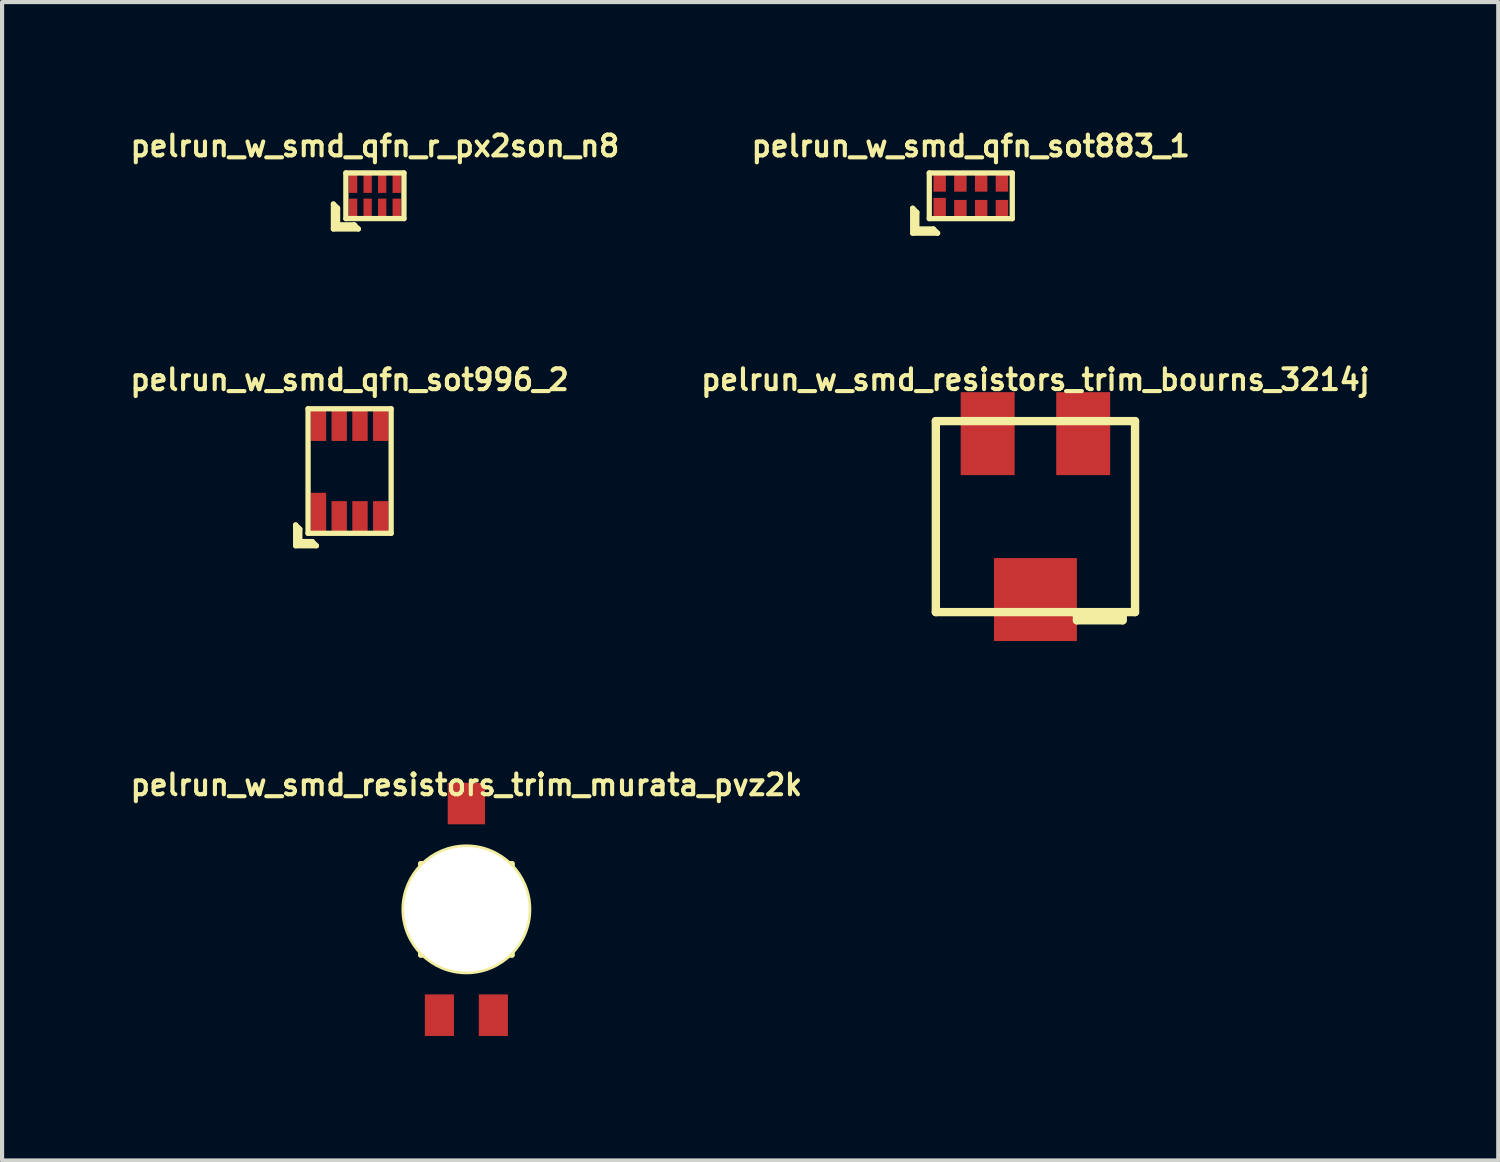
<source format=kicad_pcb>
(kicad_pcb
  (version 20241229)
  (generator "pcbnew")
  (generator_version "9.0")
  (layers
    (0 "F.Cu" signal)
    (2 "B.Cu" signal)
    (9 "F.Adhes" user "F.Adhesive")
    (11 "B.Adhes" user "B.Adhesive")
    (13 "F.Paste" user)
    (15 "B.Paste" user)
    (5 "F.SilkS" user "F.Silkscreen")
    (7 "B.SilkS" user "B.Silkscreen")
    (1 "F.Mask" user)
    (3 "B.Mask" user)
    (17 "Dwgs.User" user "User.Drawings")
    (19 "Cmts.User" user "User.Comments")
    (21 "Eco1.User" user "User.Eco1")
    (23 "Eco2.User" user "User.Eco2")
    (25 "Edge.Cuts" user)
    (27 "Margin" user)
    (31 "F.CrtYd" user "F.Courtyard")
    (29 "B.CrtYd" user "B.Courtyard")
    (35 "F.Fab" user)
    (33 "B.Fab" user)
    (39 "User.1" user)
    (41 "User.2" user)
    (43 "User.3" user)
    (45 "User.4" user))
  (footprint "pelrun_w_smd_qfn_r_px2son_n8"
    (layer "F.Cu")
    (at 5.984 1.667)
    (property "Reference" "pelrun_w_smd_qfn_r_px2son_n8" (at 0 -1.2 0) (layer "F.SilkS") (effects (font (size 0.5 0.5) (thickness 0.099))))
    (attr through_hole)
    (fp_line (start -1 0.2) (end -1 0.8) (stroke (width 0.127) (type solid)) (layer "F.SilkS"))
    (fp_line (start -1 0.8) (end -0.4 0.8) (stroke (width 0.127) (type solid)) (layer "F.SilkS"))
    (fp_line (start -0.9 0.3) (end -1 0.2) (stroke (width 0.127) (type solid)) (layer "F.SilkS"))
    (fp_line (start -0.9 0.7) (end -0.9 0.3) (stroke (width 0.127) (type solid)) (layer "F.SilkS"))
    (fp_line (start -0.9 0.7) (end -0.5 0.7) (stroke (width 0.127) (type solid)) (layer "F.SilkS"))
    (fp_line (start -0.7 -0.55) (end 0.7 -0.55) (stroke (width 0.127) (type solid)) (layer "F.SilkS"))
    (fp_line (start -0.7 0.55) (end -0.7 -0.55) (stroke (width 0.127) (type solid)) (layer "F.SilkS"))
    (fp_line (start -0.5 0.7) (end -0.4 0.8) (stroke (width 0.127) (type solid)) (layer "F.SilkS"))
    (fp_line (start 0.7 -0.55) (end 0.7 0.55) (stroke (width 0.127) (type solid)) (layer "F.SilkS"))
    (fp_line (start 0.7 0.55) (end -0.7 0.55) (stroke (width 0.127) (type solid)) (layer "F.SilkS"))
    (pad "1" smd rect (at -0.525 0.334) (size 0.2 0.53) (layers "F.Cu" "F.Mask" "F.Paste"))
    (pad "2" smd rect (at -0.175 0.334) (size 0.2 0.53) (layers "F.Cu" "F.Mask" "F.Paste"))
    (pad "3" smd rect (at 0.175 0.334) (size 0.2 0.53) (layers "F.Cu" "F.Mask" "F.Paste"))
    (pad "4" smd rect (at 0.525 0.334) (size 0.2 0.53) (layers "F.Cu" "F.Mask" "F.Paste"))
    (pad "5" smd rect (at 0.525 -0.334) (size 0.2 0.53) (layers "F.Cu" "F.Mask" "F.Paste"))
    (pad "6" smd rect (at 0.175 -0.334) (size 0.2 0.53) (layers "F.Cu" "F.Mask" "F.Paste"))
    (pad "7" smd rect (at -0.175 -0.334) (size 0.2 0.53) (layers "F.Cu" "F.Mask" "F.Paste"))
    (pad "8" smd rect (at -0.525 -0.334) (size 0.2 0.53) (layers "F.Cu" "F.Mask" "F.Paste")))
  (footprint "pelrun_w_smd_resistors_trim_bourns_3214j"
    (layer "F.Cu")
    (at 21.9 9.398)
    (property "Reference" "pelrun_w_smd_resistors_trim_bourns_3214j" (at 0 -3.299 0) (layer "F.SilkS") (effects (font (size 0.5 0.5) (thickness 0.099))))
    (attr through_hole)
    (fp_line (start -2.4 -2.301) (end -2.4 2.301) (stroke (width 0.201) (type solid)) (layer "F.SilkS"))
    (fp_line (start -2.4 2.301) (end 2.4 2.301) (stroke (width 0.201) (type solid)) (layer "F.SilkS"))
    (fp_line (start 1.001 2.301) (end 1.001 2.499) (stroke (width 0.201) (type solid)) (layer "F.SilkS"))
    (fp_line (start 1.001 2.499) (end 2.101 2.499) (stroke (width 0.201) (type solid)) (layer "F.SilkS"))
    (fp_line (start 2.101 2.4) (end 1.001 2.4) (stroke (width 0.201) (type solid)) (layer "F.SilkS"))
    (fp_line (start 2.101 2.499) (end 2.101 2.301) (stroke (width 0.201) (type solid)) (layer "F.SilkS"))
    (fp_line (start 2.4 -2.301) (end -2.4 -2.301) (stroke (width 0.201) (type solid)) (layer "F.SilkS"))
    (fp_line (start 2.4 2.301) (end 2.4 -2.301) (stroke (width 0.201) (type solid)) (layer "F.SilkS"))
    (pad "1" smd rect (at 1.151 -1.999) (size 1.3 1.999) (layers "F.Cu" "F.Mask" "F.Paste"))
    (pad "2" smd rect (at 0 1.999) (size 1.999 1.999) (layers "F.Cu" "F.Mask" "F.Paste"))
    (pad "3" smd rect (at -1.151 -1.999) (size 1.3 1.999) (layers "F.Cu" "F.Mask" "F.Paste")))
  (footprint "pelrun_w_smd_qfn_sot883_1"
    (layer "F.Cu")
    (at 20.342 1.668)
    (property "Reference" "pelrun_w_smd_qfn_sot883_1" (at 0 -1.2 0) (layer "F.SilkS") (effects (font (size 0.5 0.5) (thickness 0.1))))
    (attr through_hole)
    (fp_line (start -1.4 0.3) (end -1.3 0.4) (stroke (width 0.127) (type solid)) (layer "F.SilkS"))
    (fp_line (start -1.4 0.9) (end -1.4 0.3) (stroke (width 0.127) (type solid)) (layer "F.SilkS"))
    (fp_line (start -1.3 0.4) (end -1.3 0.8) (stroke (width 0.127) (type solid)) (layer "F.SilkS"))
    (fp_line (start -1.3 0.8) (end -0.9 0.8) (stroke (width 0.127) (type solid)) (layer "F.SilkS"))
    (fp_line (start -1 -0.55) (end 1 -0.55) (stroke (width 0.127) (type solid)) (layer "F.SilkS"))
    (fp_line (start -1 0.55) (end -1 -0.55) (stroke (width 0.127) (type solid)) (layer "F.SilkS"))
    (fp_line (start -0.9 0.8) (end -0.8 0.9) (stroke (width 0.127) (type solid)) (layer "F.SilkS"))
    (fp_line (start -0.8 0.9) (end -1.4 0.9) (stroke (width 0.127) (type solid)) (layer "F.SilkS"))
    (fp_line (start 1 -0.55) (end 1 0.55) (stroke (width 0.127) (type solid)) (layer "F.SilkS"))
    (fp_line (start 1 0.55) (end -1 0.55) (stroke (width 0.127) (type solid)) (layer "F.SilkS"))
    (pad "1" smd rect (at -0.75 0.275) (size 0.3 0.45) (layers "F.Cu" "F.Mask" "F.Paste"))
    (pad "2" smd rect (at -0.25 0.3) (size 0.3 0.4) (layers "F.Cu" "F.Mask" "F.Paste"))
    (pad "3" smd rect (at 0.25 0.3) (size 0.3 0.4) (layers "F.Cu" "F.Mask" "F.Paste"))
    (pad "4" smd rect (at 0.75 0.3) (size 0.3 0.4) (layers "F.Cu" "F.Mask" "F.Paste"))
    (pad "5" smd rect (at 0.75 -0.3) (size 0.3 0.4) (layers "F.Cu" "F.Mask" "F.Paste"))
    (pad "6" smd rect (at 0.25 -0.3) (size 0.3 0.4) (layers "F.Cu" "F.Mask" "F.Paste"))
    (pad "7" smd rect (at -0.25 -0.3) (size 0.3 0.4) (layers "F.Cu" "F.Mask" "F.Paste"))
    (pad "8" smd rect (at -0.75 -0.3) (size 0.3 0.4) (layers "F.Cu" "F.Mask" "F.Paste")))
  (footprint "pelrun_w_smd_resistors_trim_murata_pvz2k"
    (layer "F.Cu")
    (at 8.188 18.862)
    (property "Reference" "pelrun_w_smd_resistors_trim_murata_pvz2k" (at 0 -3 0) (layer "F.SilkS") (effects (font (size 0.5 0.5) (thickness 0.099))))
    (attr through_hole)
    (fp_line (start -1.1 -1.1) (end 1.1 -1.1) (stroke (width 0.127) (type solid)) (layer "F.SilkS"))
    (fp_line (start -1.1 1.1) (end -1.1 -1.1) (stroke (width 0.127) (type solid)) (layer "F.SilkS"))
    (fp_line (start -0.701 -0.3) (end -0.701 0.3) (stroke (width 0.127) (type solid)) (layer "F.SilkS"))
    (fp_line (start -0.701 0.3) (end -0.3 0.3) (stroke (width 0.127) (type solid)) (layer "F.SilkS"))
    (fp_line (start -0.5 0.899) (end 0.5 0.899) (stroke (width 0.127) (type solid)) (layer "F.SilkS"))
    (fp_line (start -0.5 1.001) (end -0.5 0.8) (stroke (width 0.127) (type solid)) (layer "F.SilkS"))
    (fp_line (start -0.3 -0.701) (end -0.3 -0.3) (stroke (width 0.127) (type solid)) (layer "F.SilkS"))
    (fp_line (start -0.3 -0.3) (end -0.701 -0.3) (stroke (width 0.127) (type solid)) (layer "F.SilkS"))
    (fp_line (start -0.3 0.3) (end -0.3 0.701) (stroke (width 0.127) (type solid)) (layer "F.SilkS"))
    (fp_line (start -0.3 0.701) (end 0.3 0.701) (stroke (width 0.127) (type solid)) (layer "F.SilkS"))
    (fp_line (start -0.201 -0.701) (end -0.3 -0.701) (stroke (width 0.127) (type solid)) (layer "F.SilkS"))
    (fp_line (start 0.3 -0.701) (end -0.201 -0.701) (stroke (width 0.127) (type solid)) (layer "F.SilkS"))
    (fp_line (start 0.3 -0.3) (end 0.3 -0.701) (stroke (width 0.127) (type solid)) (layer "F.SilkS"))
    (fp_line (start 0.3 0.3) (end 0.701 0.3) (stroke (width 0.127) (type solid)) (layer "F.SilkS"))
    (fp_line (start 0.3 0.701) (end 0.3 0.3) (stroke (width 0.127) (type solid)) (layer "F.SilkS"))
    (fp_line (start 0.5 1.001) (end -0.5 1.001) (stroke (width 0.127) (type solid)) (layer "F.SilkS"))
    (fp_line (start 0.5 1.001) (end 0.5 0.8) (stroke (width 0.127) (type solid)) (layer "F.SilkS"))
    (fp_line (start 0.701 -0.3) (end 0.3 -0.3) (stroke (width 0.127) (type solid)) (layer "F.SilkS"))
    (fp_line (start 0.701 0.3) (end 0.701 -0.3) (stroke (width 0.127) (type solid)) (layer "F.SilkS"))
    (fp_line (start 1.1 -1.1) (end 1.1 1.1) (stroke (width 0.127) (type solid)) (layer "F.SilkS"))
    (fp_line (start 1.1 1.1) (end -1.1 1.1) (stroke (width 0.127) (type solid)) (layer "F.SilkS"))
    (fp_circle (center 0 0) (end -1.501 0) (stroke (width 0.127) (type solid)) (fill no) (layer "F.SilkS"))
    (fp_circle (center 0 0) (end -0.8 0.5) (stroke (width 0.127) (type solid)) (fill no) (layer "F.SilkS"))
    (pad "" np_thru_hole circle (at 0 0) (size 3 3) (drill 3) (layers "*.Cu" "*.Mask" "F.SilkS"))
    (pad "1" smd rect (at -0.65 2.55) (size 0.701 1.001) (layers "F.Cu" "F.Mask" "F.Paste"))
    (pad "2" smd rect (at 0 -2.55) (size 0.899 1.001) (layers "F.Cu" "F.Mask" "F.Paste"))
    (pad "3" smd rect (at 0.65 2.55) (size 0.701 1.001) (layers "F.Cu" "F.Mask" "F.Paste")))
  (footprint "pelrun_w_smd_qfn_sot996_2"
    (layer "F.Cu")
    (at 5.374 8.3)
    (property "Reference" "pelrun_w_smd_qfn_sot996_2" (at 0 -2.2 0) (layer "F.SilkS") (effects (font (size 0.5 0.5) (thickness 0.1))))
    (attr through_hole)
    (fp_line (start -1.3 1.3) (end -1.2 1.4) (stroke (width 0.127) (type solid)) (layer "F.SilkS"))
    (fp_line (start -1.3 1.8) (end -1.3 1.3) (stroke (width 0.127) (type solid)) (layer "F.SilkS"))
    (fp_line (start -1.2 1.4) (end -1.2 1.7) (stroke (width 0.127) (type solid)) (layer "F.SilkS"))
    (fp_line (start -1.2 1.7) (end -0.9 1.7) (stroke (width 0.127) (type solid)) (layer "F.SilkS"))
    (fp_line (start -1.001 -1.501) (end 1.001 -1.501) (stroke (width 0.127) (type solid)) (layer "F.SilkS"))
    (fp_line (start -1.001 1.501) (end -1.001 -1.501) (stroke (width 0.127) (type solid)) (layer "F.SilkS"))
    (fp_line (start -1.001 1.501) (end 1.001 1.501) (stroke (width 0.127) (type solid)) (layer "F.SilkS"))
    (fp_line (start -0.8 1.8) (end -1.3 1.8) (stroke (width 0.127) (type solid)) (layer "F.SilkS"))
    (fp_line (start -0.8 1.8) (end -0.9 1.7) (stroke (width 0.127) (type solid)) (layer "F.SilkS"))
    (fp_line (start 1.001 -1.501) (end 1.001 1.501) (stroke (width 0.127) (type solid)) (layer "F.SilkS"))
    (pad "1" smd rect (at -0.75 1.025) (size 0.37 1) (layers "F.Cu" "F.Mask" "F.Paste"))
    (pad "2" smd rect (at -0.25 1.125) (size 0.37 0.8) (layers "F.Cu" "F.Mask" "F.Paste"))
    (pad "3" smd rect (at 0.25 1.125) (size 0.37 0.8) (layers "F.Cu" "F.Mask" "F.Paste"))
    (pad "4" smd rect (at 0.75 1.125) (size 0.37 0.8) (layers "F.Cu" "F.Mask" "F.Paste"))
    (pad "5" smd rect (at 0.75 -1.125) (size 0.37 0.8) (layers "F.Cu" "F.Mask" "F.Paste"))
    (pad "6" smd rect (at 0.25 -1.125) (size 0.37 0.8) (layers "F.Cu" "F.Mask" "F.Paste"))
    (pad "7" smd rect (at -0.25 -1.125) (size 0.37 0.8) (layers "F.Cu" "F.Mask" "F.Paste"))
    (pad "8" smd rect (at -0.75 -1.125) (size 0.37 0.8) (layers "F.Cu" "F.Mask" "F.Paste")))
  (gr_rect
    (start -3 -3)
    (end 33.052 24.913)
    (stroke (width 0.1) (type default))
    (fill no)
    (layer "Edge.Cuts")))
</source>
